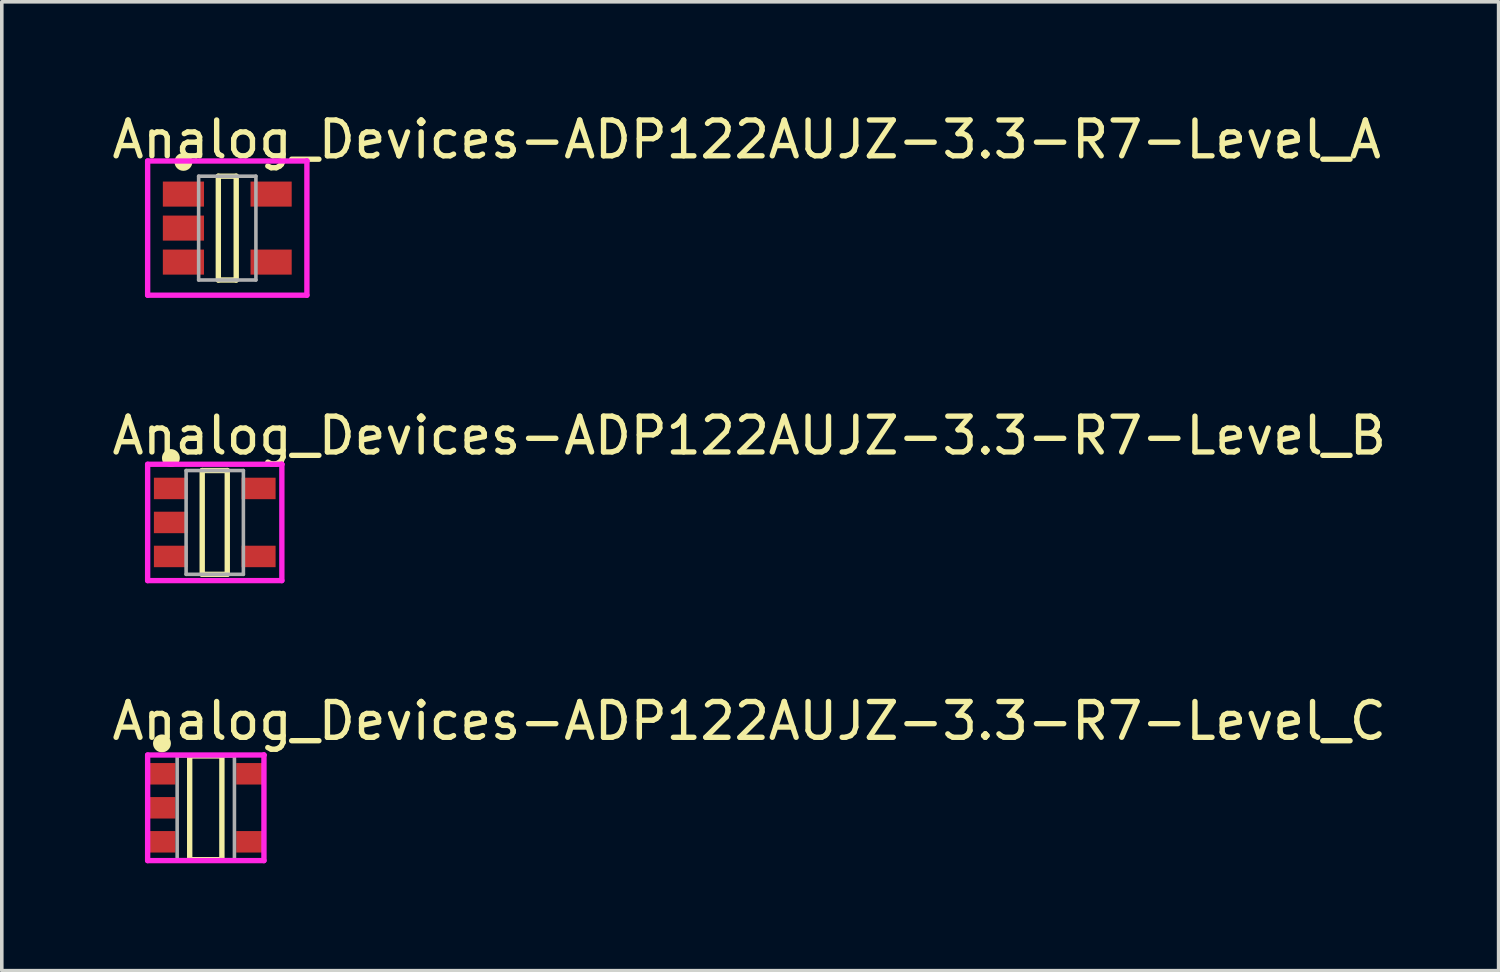
<source format=kicad_pcb>
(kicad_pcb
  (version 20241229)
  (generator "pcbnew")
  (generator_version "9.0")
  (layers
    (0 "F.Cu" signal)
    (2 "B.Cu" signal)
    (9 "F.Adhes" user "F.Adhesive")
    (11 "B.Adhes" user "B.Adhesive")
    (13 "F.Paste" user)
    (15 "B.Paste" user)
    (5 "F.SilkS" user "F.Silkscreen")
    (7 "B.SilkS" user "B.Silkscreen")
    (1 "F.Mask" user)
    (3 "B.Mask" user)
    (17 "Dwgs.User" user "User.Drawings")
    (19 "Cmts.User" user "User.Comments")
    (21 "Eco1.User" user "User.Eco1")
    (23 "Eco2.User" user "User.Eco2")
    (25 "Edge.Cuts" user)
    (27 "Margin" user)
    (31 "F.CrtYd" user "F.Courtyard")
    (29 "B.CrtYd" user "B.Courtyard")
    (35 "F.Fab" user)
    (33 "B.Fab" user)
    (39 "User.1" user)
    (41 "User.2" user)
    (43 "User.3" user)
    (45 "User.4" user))
  (footprint "Analog_Devices-ADP122AUJZ-3.3-R7-Level_A"
    (layer "F.Cu")
    (at 3.3 3.323)
    (property "Reference" "Analog_Devices-ADP122AUJZ-3.3-R7-Level_A" (at -3.3 -2.475 0) (layer "F.SilkS") (effects (font (size 1 1) (thickness 0.15)) (justify left)))
    (attr through_hole)
    (fp_line (start -0.25 -1.45) (end 0.25 -1.45) (stroke (width 0.15) (type solid)) (layer "F.SilkS"))
    (fp_line (start -0.25 1.45) (end -0.25 -1.45) (stroke (width 0.15) (type solid)) (layer "F.SilkS"))
    (fp_line (start -0.25 1.45) (end 0.25 1.45) (stroke (width 0.15) (type solid)) (layer "F.SilkS"))
    (fp_line (start 0.25 1.45) (end 0.25 -1.45) (stroke (width 0.15) (type solid)) (layer "F.SilkS"))
    (fp_circle (center -1.225 -1.85) (end -1.1 -1.85) (stroke (width 0.25) (type solid)) (fill no) (layer "F.SilkS"))
    (fp_line (start -2.225 -1.875) (end -2.225 1.875) (stroke (width 0.15) (type solid)) (layer "F.CrtYd"))
    (fp_line (start -2.225 1.875) (end 2.225 1.875) (stroke (width 0.15) (type solid)) (layer "F.CrtYd"))
    (fp_line (start 2.225 -1.875) (end -2.225 -1.875) (stroke (width 0.15) (type solid)) (layer "F.CrtYd"))
    (fp_line (start 2.225 -1.875) (end 2.225 -1.875) (stroke (width 0.15) (type solid)) (layer "F.CrtYd"))
    (fp_line (start 2.225 1.875) (end 2.225 -1.875) (stroke (width 0.15) (type solid)) (layer "F.CrtYd"))
    (fp_line (start -0.8 -1.45) (end 0.8 -1.45) (stroke (width 0.1) (type solid)) (layer "F.Fab"))
    (fp_line (start -0.8 1.45) (end -0.8 -1.45) (stroke (width 0.1) (type solid)) (layer "F.Fab"))
    (fp_line (start -0.8 1.45) (end 0.8 1.45) (stroke (width 0.1) (type solid)) (layer "F.Fab"))
    (fp_line (start 0.8 1.45) (end 0.8 -1.45) (stroke (width 0.1) (type solid)) (layer "F.Fab"))
    (pad "1" smd rect (at -1.225 -0.95 270) (size 0.7 1.15) (layers "F.Cu" "F.Mask" "F.Paste"))
    (pad "2" smd rect (at -1.225 -0.000001 270) (size 0.7 1.15) (layers "F.Cu" "F.Mask" "F.Paste"))
    (pad "3" smd rect (at -1.225 0.95 270) (size 0.7 1.15) (layers "F.Cu" "F.Mask" "F.Paste"))
    (pad "4" smd rect (at 1.225 0.95 270) (size 0.7 1.15) (layers "F.Cu" "F.Mask" "F.Paste"))
    (pad "5" smd rect (at 1.225 -0.95 270) (size 0.7 1.15) (layers "F.Cu" "F.Mask" "F.Paste")))
  (footprint "Analog_Devices-ADP122AUJZ-3.3-R7-Level_C"
    (layer "F.Cu")
    (at 2.7 19.52)
    (property "Reference" "Analog_Devices-ADP122AUJZ-3.3-R7-Level_C" (at -2.7 -2.425 0) (layer "F.SilkS") (effects (font (size 1 1) (thickness 0.15)) (justify left)))
    (attr through_hole)
    (fp_line (start -0.45 -1.45) (end 0.45 -1.45) (stroke (width 0.15) (type solid)) (layer "F.SilkS"))
    (fp_line (start -0.45 1.45) (end -0.45 -1.45) (stroke (width 0.15) (type solid)) (layer "F.SilkS"))
    (fp_line (start -0.45 1.45) (end 0.45 1.45) (stroke (width 0.15) (type solid)) (layer "F.SilkS"))
    (fp_line (start 0.45 1.45) (end 0.45 -1.45) (stroke (width 0.15) (type solid)) (layer "F.SilkS"))
    (fp_circle (center -1.225 -1.8) (end -1.1 -1.8) (stroke (width 0.25) (type solid)) (fill no) (layer "F.SilkS"))
    (fp_line (start -1.625 -1.475) (end -1.625 1.475) (stroke (width 0.15) (type solid)) (layer "F.CrtYd"))
    (fp_line (start -1.625 1.475) (end 1.625 1.475) (stroke (width 0.15) (type solid)) (layer "F.CrtYd"))
    (fp_line (start 1.625 -1.475) (end -1.625 -1.475) (stroke (width 0.15) (type solid)) (layer "F.CrtYd"))
    (fp_line (start 1.625 -1.475) (end 1.625 -1.475) (stroke (width 0.15) (type solid)) (layer "F.CrtYd"))
    (fp_line (start 1.625 1.475) (end 1.625 -1.475) (stroke (width 0.15) (type solid)) (layer "F.CrtYd"))
    (fp_line (start -0.8 -1.45) (end 0.8 -1.45) (stroke (width 0.1) (type solid)) (layer "F.Fab"))
    (fp_line (start -0.8 1.45) (end -0.8 -1.45) (stroke (width 0.1) (type solid)) (layer "F.Fab"))
    (fp_line (start -0.8 1.45) (end 0.8 1.45) (stroke (width 0.1) (type solid)) (layer "F.Fab"))
    (fp_line (start 0.8 1.45) (end 0.8 -1.45) (stroke (width 0.1) (type solid)) (layer "F.Fab"))
    (pad "1" smd rect (at -1.225 -0.95 270) (size 0.6 0.75) (layers "F.Cu" "F.Mask" "F.Paste"))
    (pad "2" smd rect (at -1.225 -0.000001 270) (size 0.6 0.75) (layers "F.Cu" "F.Mask" "F.Paste"))
    (pad "3" smd rect (at -1.225 0.95 270) (size 0.6 0.75) (layers "F.Cu" "F.Mask" "F.Paste"))
    (pad "4" smd rect (at 1.225 0.95 270) (size 0.6 0.75) (layers "F.Cu" "F.Mask" "F.Paste"))
    (pad "5" smd rect (at 1.225 -0.95 270) (size 0.6 0.75) (layers "F.Cu" "F.Mask" "F.Paste")))
  (footprint "Analog_Devices-ADP122AUJZ-3.3-R7-Level_B"
    (layer "F.Cu")
    (at 2.95 11.547)
    (property "Reference" "Analog_Devices-ADP122AUJZ-3.3-R7-Level_B" (at -2.95 -2.425 0) (layer "F.SilkS") (effects (font (size 1 1) (thickness 0.15)) (justify left)))
    (attr through_hole)
    (fp_line (start -0.35 -1.45) (end 0.35 -1.45) (stroke (width 0.15) (type solid)) (layer "F.SilkS"))
    (fp_line (start -0.35 1.45) (end -0.35 -1.45) (stroke (width 0.15) (type solid)) (layer "F.SilkS"))
    (fp_line (start -0.35 1.45) (end 0.35 1.45) (stroke (width 0.15) (type solid)) (layer "F.SilkS"))
    (fp_line (start 0.35 1.45) (end 0.35 -1.45) (stroke (width 0.15) (type solid)) (layer "F.SilkS"))
    (fp_circle (center -1.225 -1.8) (end -1.1 -1.8) (stroke (width 0.25) (type solid)) (fill no) (layer "F.SilkS"))
    (fp_line (start -1.875 -1.625) (end -1.875 1.625) (stroke (width 0.15) (type solid)) (layer "F.CrtYd"))
    (fp_line (start -1.875 1.625) (end 1.875 1.625) (stroke (width 0.15) (type solid)) (layer "F.CrtYd"))
    (fp_line (start 1.875 -1.625) (end -1.875 -1.625) (stroke (width 0.15) (type solid)) (layer "F.CrtYd"))
    (fp_line (start 1.875 -1.625) (end 1.875 -1.625) (stroke (width 0.15) (type solid)) (layer "F.CrtYd"))
    (fp_line (start 1.875 1.625) (end 1.875 -1.625) (stroke (width 0.15) (type solid)) (layer "F.CrtYd"))
    (fp_line (start -0.8 -1.45) (end 0.8 -1.45) (stroke (width 0.1) (type solid)) (layer "F.Fab"))
    (fp_line (start -0.8 1.45) (end -0.8 -1.45) (stroke (width 0.1) (type solid)) (layer "F.Fab"))
    (fp_line (start -0.8 1.45) (end 0.8 1.45) (stroke (width 0.1) (type solid)) (layer "F.Fab"))
    (fp_line (start 0.8 1.45) (end 0.8 -1.45) (stroke (width 0.1) (type solid)) (layer "F.Fab"))
    (pad "1" smd rect (at -1.225 -0.95 270) (size 0.6 0.95) (layers "F.Cu" "F.Mask" "F.Paste"))
    (pad "2" smd rect (at -1.225 -0.000001 270) (size 0.6 0.95) (layers "F.Cu" "F.Mask" "F.Paste"))
    (pad "3" smd rect (at -1.225 0.95 270) (size 0.6 0.95) (layers "F.Cu" "F.Mask" "F.Paste"))
    (pad "4" smd rect (at 1.225 0.95 270) (size 0.6 0.95) (layers "F.Cu" "F.Mask" "F.Paste"))
    (pad "5" smd rect (at 1.225 -0.95 270) (size 0.6 0.95) (layers "F.Cu" "F.Mask" "F.Paste")))
  (gr_rect
    (start -3 -3)
    (end 38.821 24.07)
    (stroke (width 0.1) (type default))
    (fill no)
    (layer "Edge.Cuts")))
</source>
